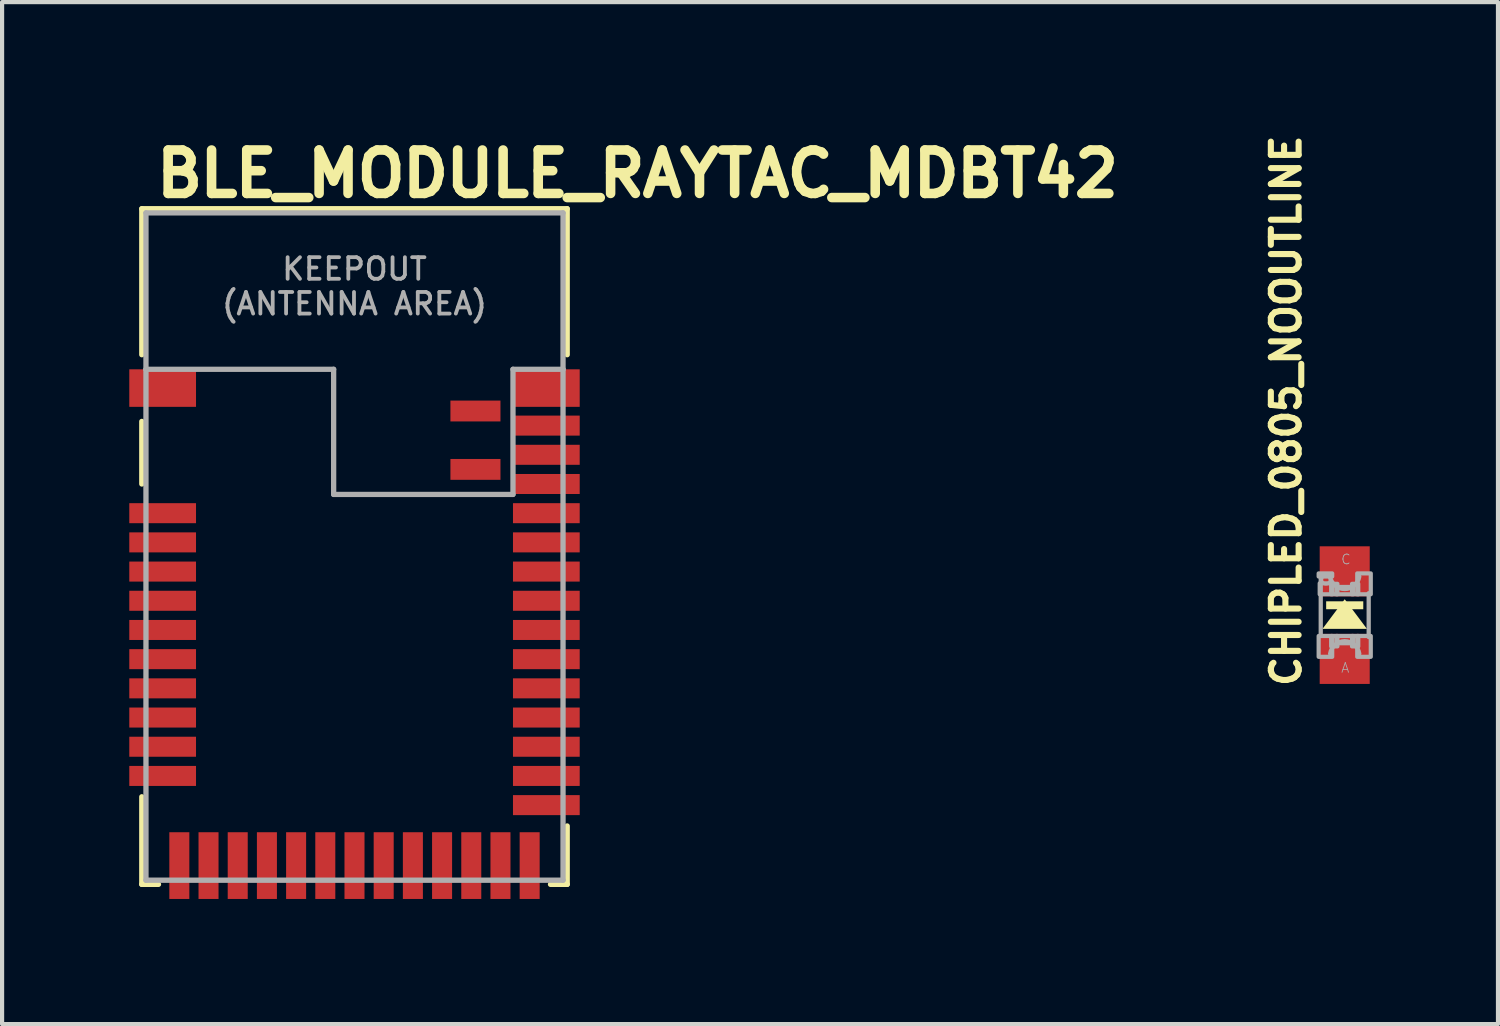
<source format=kicad_pcb>
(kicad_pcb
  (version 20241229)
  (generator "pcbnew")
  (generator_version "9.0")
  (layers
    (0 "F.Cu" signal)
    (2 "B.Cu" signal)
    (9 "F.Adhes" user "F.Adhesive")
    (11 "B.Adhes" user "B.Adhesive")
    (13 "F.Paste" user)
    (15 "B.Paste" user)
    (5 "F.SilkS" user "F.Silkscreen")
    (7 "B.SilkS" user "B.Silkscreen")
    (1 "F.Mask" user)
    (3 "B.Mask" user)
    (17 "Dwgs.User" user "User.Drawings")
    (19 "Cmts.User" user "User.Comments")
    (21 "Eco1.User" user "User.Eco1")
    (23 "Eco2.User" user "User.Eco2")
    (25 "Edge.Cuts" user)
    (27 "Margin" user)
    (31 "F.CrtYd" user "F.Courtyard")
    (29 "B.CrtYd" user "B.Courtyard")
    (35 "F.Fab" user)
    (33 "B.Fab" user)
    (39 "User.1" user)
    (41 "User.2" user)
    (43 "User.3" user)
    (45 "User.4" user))
  (footprint "BLE_MODULE_RAYTAC_MDBT42"
    (layer "F.Cu")
    (at 5.45 10.055)
    (property "Reference" "BLE_MODULE_RAYTAC_MDBT42" (at -4.866 -8.328 0) (unlocked yes) (layer "F.SilkS") (effects (font (size 1.041 1.041) (thickness 0.229)) (justify left bottom)))
    (fp_line (start -5.1 -8.1) (end 5.1 -8.1) (stroke (width 0.127) (type solid)) (layer "F.SilkS"))
    (fp_line (start -5.1 -4.6) (end -5.1 -8.1) (stroke (width 0.127) (type solid)) (layer "F.SilkS"))
    (fp_line (start -5.1 -3) (end -5.1 -1.5) (stroke (width 0.127) (type solid)) (layer "F.SilkS"))
    (fp_line (start -5.1 8.1) (end -5.1 6) (stroke (width 0.127) (type solid)) (layer "F.SilkS"))
    (fp_line (start -4.7 8.1) (end -5.1 8.1) (stroke (width 0.127) (type solid)) (layer "F.SilkS"))
    (fp_line (start 4.7 8.1) (end 5.1 8.1) (stroke (width 0.127) (type solid)) (layer "F.SilkS"))
    (fp_line (start 5.1 -8.1) (end 5.1 -4.6) (stroke (width 0.127) (type solid)) (layer "F.SilkS"))
    (fp_line (start 5.1 8.1) (end 5.1 6.7) (stroke (width 0.127) (type solid)) (layer "F.SilkS"))
    (fp_line (start -5 -8) (end 5 -8) (stroke (width 0.127) (type solid)) (layer "F.Fab"))
    (fp_line (start -5 -4.25) (end -5 -8) (stroke (width 0.127) (type solid)) (layer "F.Fab"))
    (fp_line (start -5 -4.25) (end -0.5 -4.25) (stroke (width 0.127) (type solid)) (layer "F.Fab"))
    (fp_line (start -5 8) (end -5 -4.25) (stroke (width 0.127) (type solid)) (layer "F.Fab"))
    (fp_line (start -0.5 -4.25) (end -0.5 -1.25) (stroke (width 0.127) (type solid)) (layer "F.Fab"))
    (fp_line (start -0.5 -1.25) (end 3.8 -1.25) (stroke (width 0.127) (type solid)) (layer "F.Fab"))
    (fp_line (start 3.8 -4.25) (end 5 -4.25) (stroke (width 0.127) (type solid)) (layer "F.Fab"))
    (fp_line (start 3.8 -1.25) (end 3.8 -4.25) (stroke (width 0.127) (type solid)) (layer "F.Fab"))
    (fp_line (start 5 -8) (end 5 -4.25) (stroke (width 0.127) (type solid)) (layer "F.Fab"))
    (fp_line (start 5 -4.25) (end 5 8) (stroke (width 0.127) (type solid)) (layer "F.Fab"))
    (fp_line (start 5 8) (end -5 8) (stroke (width 0.127) (type solid)) (layer "F.Fab"))
    (fp_text user "KEEPOUT\n(ANTENNA AREA)" (at 0 -6.238 0) (unlocked yes) (layer "F.Fab") (effects (font (size 0.518 0.518) (thickness 0.091))))
    (pad "1" smd rect (at -4.6 -3.8) (size 1.6 0.9) (layers "F.Cu" "F.Mask" "F.Paste"))
    (pad "2" smd rect (at -4.6 -0.8) (size 1.6 0.48) (layers "F.Cu" "F.Mask" "F.Paste"))
    (pad "3" smd rect (at -4.6 -0.1) (size 1.6 0.48) (layers "F.Cu" "F.Mask" "F.Paste"))
    (pad "4" smd rect (at -4.6 0.6) (size 1.6 0.48) (layers "F.Cu" "F.Mask" "F.Paste"))
    (pad "5" smd rect (at -4.6 1.3) (size 1.6 0.48) (layers "F.Cu" "F.Mask" "F.Paste"))
    (pad "6" smd rect (at -4.6 2) (size 1.6 0.48) (layers "F.Cu" "F.Mask" "F.Paste"))
    (pad "7" smd rect (at -4.6 2.7) (size 1.6 0.48) (layers "F.Cu" "F.Mask" "F.Paste"))
    (pad "8" smd rect (at -4.6 3.4) (size 1.6 0.48) (layers "F.Cu" "F.Mask" "F.Paste"))
    (pad "9" smd rect (at -4.6 4.1) (size 1.6 0.48) (layers "F.Cu" "F.Mask" "F.Paste"))
    (pad "10" smd rect (at -4.6 4.8) (size 1.6 0.48) (layers "F.Cu" "F.Mask" "F.Paste"))
    (pad "11" smd rect (at -4.6 5.5) (size 1.6 0.48) (layers "F.Cu" "F.Mask" "F.Paste"))
    (pad "12" smd rect (at -4.2 7.65 90) (size 1.6 0.48) (layers "F.Cu" "F.Mask" "F.Paste"))
    (pad "13" smd rect (at -3.5 7.65 90) (size 1.6 0.48) (layers "F.Cu" "F.Mask" "F.Paste"))
    (pad "14" smd rect (at -2.8 7.65 90) (size 1.6 0.48) (layers "F.Cu" "F.Mask" "F.Paste"))
    (pad "15" smd rect (at -2.1 7.65 90) (size 1.6 0.48) (layers "F.Cu" "F.Mask" "F.Paste"))
    (pad "16" smd rect (at -1.4 7.65 90) (size 1.6 0.48) (layers "F.Cu" "F.Mask" "F.Paste"))
    (pad "17" smd rect (at -0.7 7.65 90) (size 1.6 0.48) (layers "F.Cu" "F.Mask" "F.Paste"))
    (pad "18" smd rect (at 0 7.65 90) (size 1.6 0.48) (layers "F.Cu" "F.Mask" "F.Paste"))
    (pad "19" smd rect (at 0.7 7.65 90) (size 1.6 0.48) (layers "F.Cu" "F.Mask" "F.Paste"))
    (pad "20" smd rect (at 1.4 7.65 90) (size 1.6 0.48) (layers "F.Cu" "F.Mask" "F.Paste"))
    (pad "21" smd rect (at 2.1 7.65 90) (size 1.6 0.48) (layers "F.Cu" "F.Mask" "F.Paste"))
    (pad "22" smd rect (at 2.8 7.65 90) (size 1.6 0.48) (layers "F.Cu" "F.Mask" "F.Paste"))
    (pad "23" smd rect (at 3.5 7.65 90) (size 1.6 0.48) (layers "F.Cu" "F.Mask" "F.Paste"))
    (pad "24" smd rect (at 4.2 7.65 90) (size 1.6 0.48) (layers "F.Cu" "F.Mask" "F.Paste"))
    (pad "25" smd rect (at 4.6 6.2) (size 1.6 0.48) (layers "F.Cu" "F.Mask" "F.Paste"))
    (pad "26" smd rect (at 4.6 5.5) (size 1.6 0.48) (layers "F.Cu" "F.Mask" "F.Paste"))
    (pad "27" smd rect (at 4.6 4.8) (size 1.6 0.48) (layers "F.Cu" "F.Mask" "F.Paste"))
    (pad "28" smd rect (at 4.6 4.1) (size 1.6 0.48) (layers "F.Cu" "F.Mask" "F.Paste"))
    (pad "29" smd rect (at 4.6 3.4) (size 1.6 0.48) (layers "F.Cu" "F.Mask" "F.Paste"))
    (pad "30" smd rect (at 4.6 2.7) (size 1.6 0.48) (layers "F.Cu" "F.Mask" "F.Paste"))
    (pad "31" smd rect (at 4.6 2) (size 1.6 0.48) (layers "F.Cu" "F.Mask" "F.Paste"))
    (pad "32" smd rect (at 4.6 1.3) (size 1.6 0.48) (layers "F.Cu" "F.Mask" "F.Paste"))
    (pad "33" smd rect (at 4.6 0.6) (size 1.6 0.48) (layers "F.Cu" "F.Mask" "F.Paste"))
    (pad "34" smd rect (at 4.6 -0.1) (size 1.6 0.48) (layers "F.Cu" "F.Mask" "F.Paste"))
    (pad "35" smd rect (at 4.6 -0.8) (size 1.6 0.48) (layers "F.Cu" "F.Mask" "F.Paste"))
    (pad "36" smd rect (at 4.6 -1.5) (size 1.6 0.48) (layers "F.Cu" "F.Mask" "F.Paste"))
    (pad "37" smd rect (at 4.6 -2.2) (size 1.6 0.48) (layers "F.Cu" "F.Mask" "F.Paste"))
    (pad "38" smd rect (at 4.6 -2.9) (size 1.6 0.48) (layers "F.Cu" "F.Mask" "F.Paste"))
    (pad "39" smd rect (at 4.6 -3.8) (size 1.6 0.9) (layers "F.Cu" "F.Mask" "F.Paste"))
    (pad "40" smd rect (at 2.9 -3.25) (size 1.2 0.5) (layers "F.Cu" "F.Mask" "F.Paste"))
    (pad "41" smd rect (at 2.9 -1.85) (size 1.2 0.5) (layers "F.Cu" "F.Mask" "F.Paste"))
    (zone (net_name "") (layer "F.Cu") (hatch edge 0.5) (connect_pads) (min_thickness 0.25) (filled_areas_thickness no) (keepout (tracks not_allowed) (vias not_allowed) (pads not_allowed) (copperpour not_allowed) (footprints allowed)) (placement (enabled no)) (fill) (polygon (pts (xy 0 5.805) (xy 10.9 5.805) (xy 10.9 2.055) (xy 0 2.055))))
    (zone (net_name "") (layer "F.Cu") (hatch edge 0.5) (connect_pads) (min_thickness 0.25) (filled_areas_thickness no) (keepout (tracks not_allowed) (vias not_allowed) (pads not_allowed) (copperpour not_allowed) (footprints allowed)) (placement (enabled no)) (fill) (polygon (pts (xy 5 8.805) (xy 9.3 8.805) (xy 9.3 5.805) (xy 5 5.805))))
    (zone (net_name "") (layer "B.Cu") (hatch edge 0.5) (connect_pads) (min_thickness 0.25) (filled_areas_thickness no) (keepout (tracks not_allowed) (vias not_allowed) (pads not_allowed) (copperpour not_allowed) (footprints allowed)) (placement (enabled no)) (fill) (polygon (pts (xy 10.9 2.055) (xy 0 2.055) (xy 0 5.805) (xy 10.9 5.805)))))
  (footprint "CHIPLED_0805_NOOUTLINE"
    (layer "F.Cu")
    (at 29.193 11.699)
    (property "Reference" "CHIPLED_0805_NOOUTLINE" (at -1.016 1.778 90) (unlocked yes) (layer "F.SilkS") (effects (font (size 0.666 0.666) (thickness 0.146)) (justify left bottom)))
    (fp_poly (pts (xy 0.533 0.33) (xy -0.533 0.33) (xy 0 -0.381)) (stroke (width 0) (type default)) (fill yes) (layer "F.SilkS"))
    (fp_poly (pts (xy -0.445 -0.141) (xy 0.445 -0.141) (xy 0.445 -0.331) (xy -0.445 -0.331)) (stroke (width 0) (type default)) (fill yes) (layer "F.SilkS"))
    (fp_line (start -0.575 0.5) (end -0.575 -0.925) (stroke (width 0.102) (type solid)) (layer "F.Fab"))
    (fp_line (start 0.575 -0.525) (end 0.575 0.525) (stroke (width 0.102) (type solid)) (layer "F.Fab"))
    (fp_arc (start -0.35 0.925) (mid -0.000001 0.625027) (end 0.35 0.924998) (stroke (width 0.1016) (type solid)) (layer "F.Fab"))
    (fp_arc (start 0.35 -0.924998) (mid -0.000001 -0.625027) (end -0.35 -0.925) (stroke (width 0.1016) (type solid)) (layer "F.Fab"))
    (fp_circle (center -0.45 -0.85) (end -0.347 -0.85) (stroke (width 0.076) (type solid)) (fill no) (layer "F.Fab"))
    (fp_poly (pts (xy -0.625 -0.925) (xy -0.3 -0.925) (xy -0.3 -1) (xy -0.625 -1)) (stroke (width 0.1) (type default)) (fill no) (layer "F.Fab"))
    (fp_poly (pts (xy -0.625 1) (xy -0.3 1) (xy -0.3 0.5) (xy -0.625 0.5)) (stroke (width 0.1) (type default)) (fill no) (layer "F.Fab"))
    (fp_poly (pts (xy -0.6 -0.5) (xy -0.3 -0.5) (xy -0.3 -0.762) (xy -0.6 -0.762)) (stroke (width 0.1) (type default)) (fill no) (layer "F.Fab"))
    (fp_poly (pts (xy -0.325 -0.5) (xy -0.175 -0.5) (xy -0.175 -0.75) (xy -0.325 -0.75)) (stroke (width 0.1) (type default)) (fill no) (layer "F.Fab"))
    (fp_poly (pts (xy -0.325 0.75) (xy -0.175 0.75) (xy -0.175 0.5) (xy -0.325 0.5)) (stroke (width 0.1) (type default)) (fill no) (layer "F.Fab"))
    (fp_poly (pts (xy -0.2 -0.5) (xy 0.2 -0.5) (xy 0.2 -0.675) (xy -0.2 -0.675)) (stroke (width 0.1) (type default)) (fill no) (layer "F.Fab"))
    (fp_poly (pts (xy -0.2 0.675) (xy 0.2 0.675) (xy 0.2 0.5) (xy -0.2 0.5)) (stroke (width 0.1) (type default)) (fill no) (layer "F.Fab"))
    (fp_poly (pts (xy 0.175 -0.5) (xy 0.325 -0.5) (xy 0.325 -0.75) (xy 0.175 -0.75)) (stroke (width 0.1) (type default)) (fill no) (layer "F.Fab"))
    (fp_poly (pts (xy 0.175 0.75) (xy 0.325 0.75) (xy 0.325 0.5) (xy 0.175 0.5)) (stroke (width 0.1) (type default)) (fill no) (layer "F.Fab"))
    (fp_poly (pts (xy 0.3 -0.5) (xy 0.625 -0.5) (xy 0.625 -1) (xy 0.3 -1)) (stroke (width 0.1) (type default)) (fill no) (layer "F.Fab"))
    (fp_poly (pts (xy 0.3 1) (xy 0.625 1) (xy 0.625 0.5) (xy 0.3 0.5)) (stroke (width 0.1) (type default)) (fill no) (layer "F.Fab"))
    (fp_text user "C" (at -0.1 -1.2 0) (unlocked yes) (layer "F.Fab") (effects (font (size 0.234 0.234) (thickness 0.02)) (justify left bottom)))
    (fp_text user "A" (at -0.1 1.4 0) (unlocked yes) (layer "F.Fab") (effects (font (size 0.234 0.234) (thickness 0.02)) (justify left bottom)))
    (pad "A" smd rect (at 0 1.05) (size 1.2 1.2) (layers "F.Cu" "F.Mask" "F.Paste"))
    (pad "C" smd rect (at 0 -1.05) (size 1.2 1.2) (layers "F.Cu" "F.Mask" "F.Paste")))
  (gr_rect
    (start -3 -3)
    (end 32.868 21.505)
    (stroke (width 0.1) (type default))
    (fill no)
    (layer "Edge.Cuts")))
</source>
